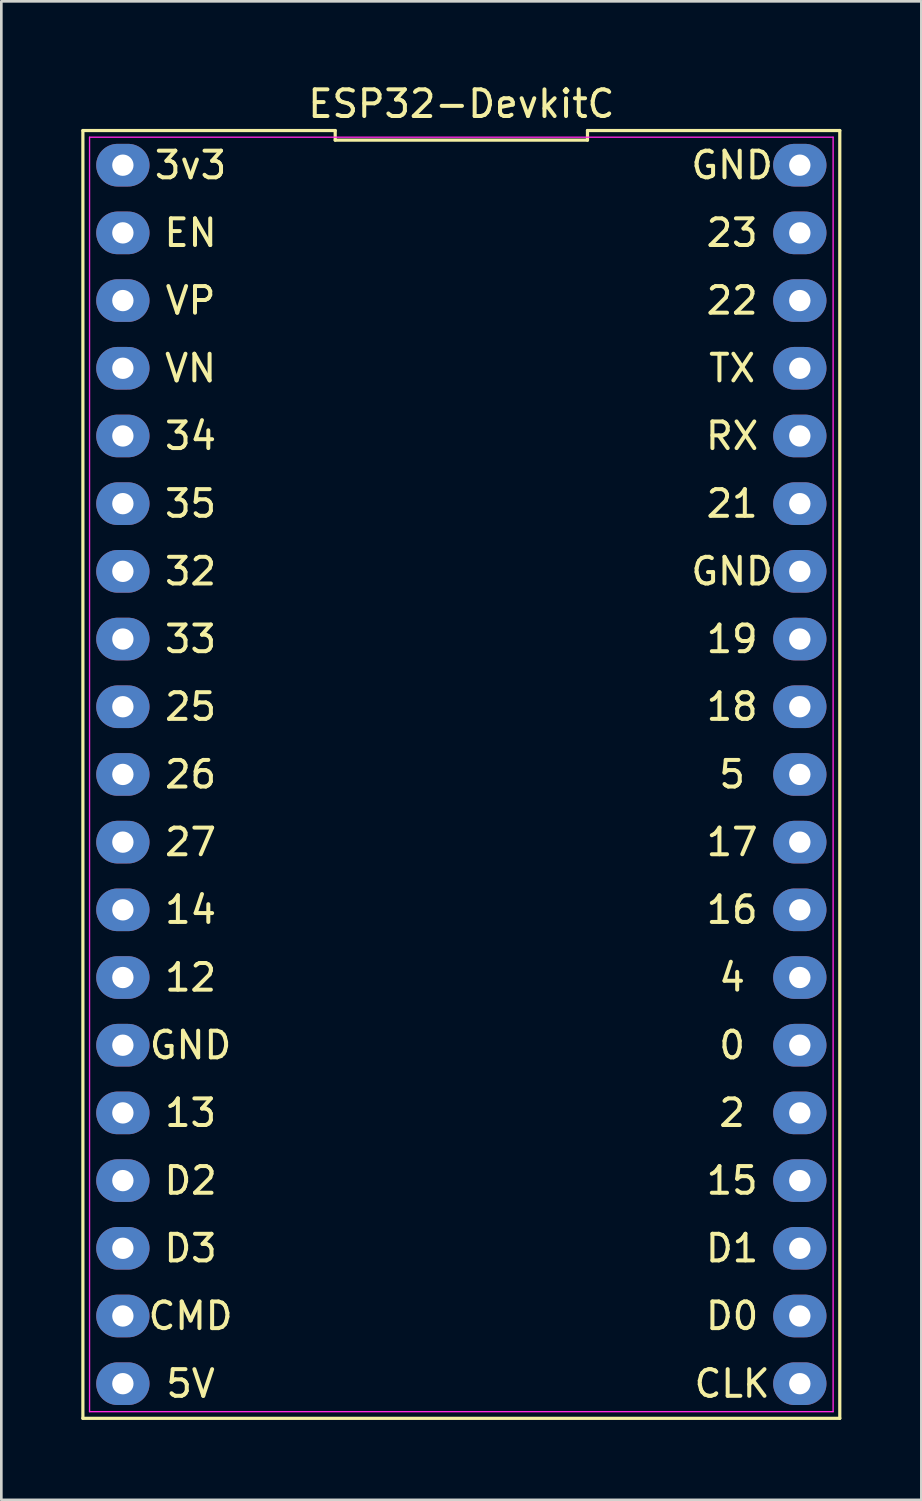
<source format=kicad_pcb>
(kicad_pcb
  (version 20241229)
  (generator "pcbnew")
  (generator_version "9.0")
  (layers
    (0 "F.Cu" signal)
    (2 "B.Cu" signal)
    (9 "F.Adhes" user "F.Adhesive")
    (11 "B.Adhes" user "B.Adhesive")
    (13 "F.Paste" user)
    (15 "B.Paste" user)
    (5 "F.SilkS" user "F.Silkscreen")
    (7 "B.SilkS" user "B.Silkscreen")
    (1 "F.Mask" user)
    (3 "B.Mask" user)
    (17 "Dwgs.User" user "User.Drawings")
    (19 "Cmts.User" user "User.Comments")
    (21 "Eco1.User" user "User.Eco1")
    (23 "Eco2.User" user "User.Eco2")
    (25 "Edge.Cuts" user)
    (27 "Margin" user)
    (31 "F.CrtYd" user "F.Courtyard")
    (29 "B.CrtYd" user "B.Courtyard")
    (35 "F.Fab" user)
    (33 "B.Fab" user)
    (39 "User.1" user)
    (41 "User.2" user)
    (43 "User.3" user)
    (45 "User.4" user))
  (footprint "ESP32-DevkitC"
    (layer "F.Cu")
    (at 14.26 26.008)
    (property "Reference" "ESP32-DevkitC" (at 0 -25.16 0) (layer "F.SilkS") (effects (font (size 1 1) (thickness 0.15))))
    (attr through_hole)
    (fp_line (start -14.2 24.16) (end 14.2 24.16) (stroke (width 0.12) (type solid)) (layer "F.SilkS"))
    (fp_line (start -14.2 -24.16) (end -14.2 24.16) (stroke (width 0.12) (type solid)) (layer "F.SilkS"))
    (fp_line (start -4.733 -24.16) (end -14.2 -24.16) (stroke (width 0.12) (type solid)) (layer "F.SilkS"))
    (fp_line (start -4.733 -23.8) (end -4.733 -24.16) (stroke (width 0.12) (type solid)) (layer "F.SilkS"))
    (fp_line (start 4.733 -24.16) (end 4.733 -23.8) (stroke (width 0.12) (type solid)) (layer "F.SilkS"))
    (fp_line (start 4.733 -23.8) (end -4.733 -23.8) (stroke (width 0.12) (type solid)) (layer "F.SilkS"))
    (fp_line (start 14.2 24.16) (end 14.2 -24.16) (stroke (width 0.12) (type solid)) (layer "F.SilkS"))
    (fp_line (start 14.2 -24.16) (end 4.733 -24.16) (stroke (width 0.12) (type solid)) (layer "F.SilkS"))
    (fp_line (start -13.95 -23.91) (end 13.95 -23.91) (stroke (width 0.05) (type solid)) (layer "F.CrtYd"))
    (fp_line (start -13.95 23.91) (end -13.95 -23.91) (stroke (width 0.05) (type solid)) (layer "F.CrtYd"))
    (fp_line (start 13.95 -23.91) (end 13.95 23.91) (stroke (width 0.05) (type solid)) (layer "F.CrtYd"))
    (fp_line (start 13.95 23.91) (end -13.95 23.91) (stroke (width 0.05) (type solid)) (layer "F.CrtYd"))
    (fp_text user "VP" (at -10.16 -17.78 0) (layer "F.SilkS") (effects (font (size 1 1) (thickness 0.15))))
    (fp_text user "33" (at -10.16 -5.08 0) (layer "F.SilkS") (effects (font (size 1 1) (thickness 0.15))))
    (fp_text user "RX" (at 10.16 -12.7 0) (layer "F.SilkS") (effects (font (size 1 1) (thickness 0.15))))
    (fp_text user "GND" (at 10.16 -7.62 0) (layer "F.SilkS") (effects (font (size 1 1) (thickness 0.15))))
    (fp_text user "26" (at -10.16 0 0) (layer "F.SilkS") (effects (font (size 1 1) (thickness 0.15))))
    (fp_text user "VN" (at -10.16 -15.24 0) (layer "F.SilkS") (effects (font (size 1 1) (thickness 0.15))))
    (fp_text user "CMD" (at -10.16 20.32 0) (layer "F.SilkS") (effects (font (size 1 1) (thickness 0.15))))
    (fp_text user "25" (at -10.16 -2.54 0) (layer "F.SilkS") (effects (font (size 1 1) (thickness 0.15))))
    (fp_text user "23" (at 10.16 -20.32 0) (layer "F.SilkS") (effects (font (size 1 1) (thickness 0.15))))
    (fp_text user "5V" (at -10.16 22.86 0) (layer "F.SilkS") (effects (font (size 1 1) (thickness 0.15))))
    (fp_text user "13" (at -10.16 12.7 0) (layer "F.SilkS") (effects (font (size 1 1) (thickness 0.15))))
    (fp_text user "3v3" (at -10.16 -22.86 0) (layer "F.SilkS") (effects (font (size 1 1) (thickness 0.15))))
    (fp_text user "18" (at 10.16 -2.54 0) (layer "F.SilkS") (effects (font (size 1 1) (thickness 0.15))))
    (fp_text user "19" (at 10.16 -5.08 0) (layer "F.SilkS") (effects (font (size 1 1) (thickness 0.15))))
    (fp_text user "34" (at -10.16 -12.7 0) (layer "F.SilkS") (effects (font (size 1 1) (thickness 0.15))))
    (fp_text user "CLK" (at 10.16 22.86 0) (layer "F.SilkS") (effects (font (size 1 1) (thickness 0.15))))
    (fp_text user "EN" (at -10.16 -20.32 180) (layer "F.SilkS") (effects (font (size 1 1) (thickness 0.15))))
    (fp_text user "D1" (at 10.16 17.78 0) (layer "F.SilkS") (effects (font (size 1 1) (thickness 0.15))))
    (fp_text user "16" (at 10.16 5.08 0) (layer "F.SilkS") (effects (font (size 1 1) (thickness 0.15))))
    (fp_text user "D3" (at -10.16 17.78 0) (layer "F.SilkS") (effects (font (size 1 1) (thickness 0.15))))
    (fp_text user "TX" (at 10.16 -15.24 0) (layer "F.SilkS") (effects (font (size 1 1) (thickness 0.15))))
    (fp_text user "2" (at 10.16 12.7 0) (layer "F.SilkS") (effects (font (size 1 1) (thickness 0.15))))
    (fp_text user "32" (at -10.16 -7.62 0) (layer "F.SilkS") (effects (font (size 1 1) (thickness 0.15))))
    (fp_text user "17" (at 10.16 2.54 0) (layer "F.SilkS") (effects (font (size 1 1) (thickness 0.15))))
    (fp_text user "D2" (at -10.16 15.24 0) (layer "F.SilkS") (effects (font (size 1 1) (thickness 0.15))))
    (fp_text user "15" (at 10.16 15.24 0) (layer "F.SilkS") (effects (font (size 1 1) (thickness 0.15))))
    (fp_text user "27" (at -10.16 2.54 0) (layer "F.SilkS") (effects (font (size 1 1) (thickness 0.15))))
    (fp_text user "GND" (at 10.16 -22.86 0) (layer "F.SilkS") (effects (font (size 1 1) (thickness 0.15))))
    (fp_text user "4" (at 10.16 7.62 0) (layer "F.SilkS") (effects (font (size 1 1) (thickness 0.15))))
    (fp_text user "35" (at -10.16 -10.16 0) (layer "F.SilkS") (effects (font (size 1 1) (thickness 0.15))))
    (fp_text user "22" (at 10.16 -17.78 0) (layer "F.SilkS") (effects (font (size 1 1) (thickness 0.15))))
    (fp_text user "5" (at 10.16 0 0) (layer "F.SilkS") (effects (font (size 1 1) (thickness 0.15))))
    (fp_text user "0" (at 10.16 10.16 0) (layer "F.SilkS") (effects (font (size 1 1) (thickness 0.15))))
    (fp_text user "14" (at -10.16 5.08 0) (layer "F.SilkS") (effects (font (size 1 1) (thickness 0.15))))
    (fp_text user "GND" (at -10.16 10.16 0) (layer "F.SilkS") (effects (font (size 1 1) (thickness 0.15))))
    (fp_text user "21" (at 10.16 -10.16 0) (layer "F.SilkS") (effects (font (size 1 1) (thickness 0.15))))
    (fp_text user "D0" (at 10.16 20.32 0) (layer "F.SilkS") (effects (font (size 1 1) (thickness 0.15))))
    (fp_text user "12" (at -10.16 7.62 0) (layer "F.SilkS") (effects (font (size 1 1) (thickness 0.15))))
    (pad "1" thru_hole oval (at -12.7 -22.86 270) (size 1.6 2) (drill 0.8) (layers "*.Cu" "*.Mask"))
    (pad "2" thru_hole oval (at -12.7 -20.32 270) (size 1.6 2) (drill 0.8) (layers "*.Cu" "*.Mask"))
    (pad "3" thru_hole oval (at -12.7 -17.78 270) (size 1.6 2) (drill 0.8) (layers "*.Cu" "*.Mask"))
    (pad "4" thru_hole oval (at -12.7 -15.24 270) (size 1.6 2) (drill 0.8) (layers "*.Cu" "*.Mask"))
    (pad "5" thru_hole oval (at -12.7 -12.7 270) (size 1.6 2) (drill 0.8) (layers "*.Cu" "*.Mask"))
    (pad "6" thru_hole oval (at -12.7 -10.16 270) (size 1.6 2) (drill 0.8) (layers "*.Cu" "*.Mask"))
    (pad "7" thru_hole oval (at -12.7 -7.62 270) (size 1.6 2) (drill 0.8) (layers "*.Cu" "*.Mask"))
    (pad "8" thru_hole oval (at -12.7 -5.08 270) (size 1.6 2) (drill 0.8) (layers "*.Cu" "*.Mask"))
    (pad "9" thru_hole oval (at -12.7 -2.54 270) (size 1.6 2) (drill 0.8) (layers "*.Cu" "*.Mask"))
    (pad "10" thru_hole oval (at -12.7 0 270) (size 1.6 2) (drill 0.8) (layers "*.Cu" "*.Mask"))
    (pad "11" thru_hole oval (at -12.7 2.54 270) (size 1.6 2) (drill 0.8) (layers "*.Cu" "*.Mask"))
    (pad "12" thru_hole oval (at -12.7 5.08 270) (size 1.6 2) (drill 0.8) (layers "*.Cu" "*.Mask"))
    (pad "13" thru_hole oval (at -12.7 7.62 270) (size 1.6 2) (drill 0.8) (layers "*.Cu" "*.Mask"))
    (pad "14" thru_hole oval (at -12.7 10.16 270) (size 1.6 2) (drill 0.8) (layers "*.Cu" "*.Mask"))
    (pad "15" thru_hole oval (at -12.7 12.7 270) (size 1.6 2) (drill 0.8) (layers "*.Cu" "*.Mask"))
    (pad "16" thru_hole oval (at -12.7 15.24 270) (size 1.6 2) (drill 0.8) (layers "*.Cu" "*.Mask"))
    (pad "17" thru_hole oval (at -12.7 17.78 270) (size 1.6 2) (drill 0.8) (layers "*.Cu" "*.Mask"))
    (pad "18" thru_hole oval (at -12.7 20.32 270) (size 1.6 2) (drill 0.8) (layers "*.Cu" "*.Mask"))
    (pad "19" thru_hole oval (at -12.7 22.86 270) (size 1.6 2) (drill 0.8) (layers "*.Cu" "*.Mask"))
    (pad "20" thru_hole oval (at 12.7 22.86 270) (size 1.6 2) (drill 0.8) (layers "*.Cu" "*.Mask"))
    (pad "21" thru_hole oval (at 12.7 20.32 270) (size 1.6 2) (drill 0.8) (layers "*.Cu" "*.Mask"))
    (pad "22" thru_hole oval (at 12.7 17.78 270) (size 1.6 2) (drill 0.8) (layers "*.Cu" "*.Mask"))
    (pad "23" thru_hole oval (at 12.7 15.24 270) (size 1.6 2) (drill 0.8) (layers "*.Cu" "*.Mask"))
    (pad "24" thru_hole oval (at 12.7 12.7 270) (size 1.6 2) (drill 0.8) (layers "*.Cu" "*.Mask"))
    (pad "25" thru_hole oval (at 12.7 10.16 270) (size 1.6 2) (drill 0.8) (layers "*.Cu" "*.Mask"))
    (pad "26" thru_hole oval (at 12.7 7.62 270) (size 1.6 2) (drill 0.8) (layers "*.Cu" "*.Mask"))
    (pad "27" thru_hole oval (at 12.7 5.08 270) (size 1.6 2) (drill 0.8) (layers "*.Cu" "*.Mask"))
    (pad "28" thru_hole oval (at 12.7 2.54 270) (size 1.6 2) (drill 0.8) (layers "*.Cu" "*.Mask"))
    (pad "29" thru_hole oval (at 12.7 0 270) (size 1.6 2) (drill 0.8) (layers "*.Cu" "*.Mask"))
    (pad "30" thru_hole oval (at 12.7 -2.54 270) (size 1.6 2) (drill 0.8) (layers "*.Cu" "*.Mask"))
    (pad "31" thru_hole oval (at 12.7 -5.08 270) (size 1.6 2) (drill 0.8) (layers "*.Cu" "*.Mask"))
    (pad "32" thru_hole oval (at 12.7 -7.62 270) (size 1.6 2) (drill 0.8) (layers "*.Cu" "*.Mask"))
    (pad "33" thru_hole oval (at 12.7 -10.16 270) (size 1.6 2) (drill 0.8) (layers "*.Cu" "*.Mask"))
    (pad "34" thru_hole oval (at 12.7 -12.7 270) (size 1.6 2) (drill 0.8) (layers "*.Cu" "*.Mask"))
    (pad "35" thru_hole oval (at 12.7 -15.24 270) (size 1.6 2) (drill 0.8) (layers "*.Cu" "*.Mask"))
    (pad "36" thru_hole oval (at 12.7 -17.78 270) (size 1.6 2) (drill 0.8) (layers "*.Cu" "*.Mask"))
    (pad "37" thru_hole oval (at 12.7 -20.32 270) (size 1.6 2) (drill 0.8) (layers "*.Cu" "*.Mask"))
    (pad "38" thru_hole oval (at 12.7 -22.86 270) (size 1.6 2) (drill 0.8) (layers "*.Cu" "*.Mask")))
  (gr_rect
    (start -3 -3)
    (end 31.52 53.228)
    (stroke (width 0.1) (type default))
    (fill no)
    (layer "Edge.Cuts")))
</source>
